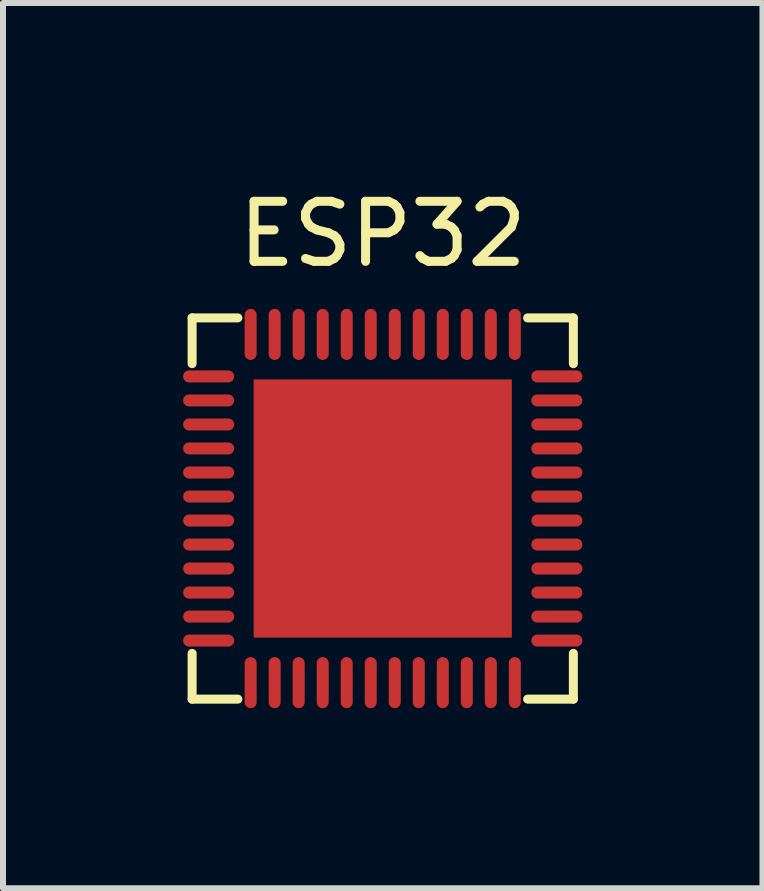
<source format=kicad_pcb>
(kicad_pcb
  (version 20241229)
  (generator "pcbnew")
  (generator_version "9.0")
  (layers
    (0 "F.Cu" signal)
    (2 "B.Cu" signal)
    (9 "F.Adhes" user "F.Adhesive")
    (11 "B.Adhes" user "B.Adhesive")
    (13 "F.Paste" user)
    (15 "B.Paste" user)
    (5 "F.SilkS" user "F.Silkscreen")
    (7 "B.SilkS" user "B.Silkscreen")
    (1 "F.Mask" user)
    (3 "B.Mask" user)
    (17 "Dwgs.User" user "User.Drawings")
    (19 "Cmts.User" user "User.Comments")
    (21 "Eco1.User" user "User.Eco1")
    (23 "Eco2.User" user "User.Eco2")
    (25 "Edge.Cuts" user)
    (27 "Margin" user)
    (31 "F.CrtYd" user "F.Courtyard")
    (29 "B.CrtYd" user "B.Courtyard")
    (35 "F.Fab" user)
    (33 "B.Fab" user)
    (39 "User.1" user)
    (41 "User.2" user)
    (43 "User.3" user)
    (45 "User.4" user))
  (footprint "ESP32"
    (layer "F.Cu")
    (at 3.325 5.42)
    (property "Reference" "ESP32" (at 0 -4.572 0) (layer "F.SilkS") (effects (font (size 1 1) (thickness 0.15))))
    (attr through_hole)
    (fp_line (start -3.175 -3.175) (end -3.175 -2.413) (stroke (width 0.15) (type solid)) (layer "F.SilkS"))
    (fp_line (start -3.175 2.413) (end -3.175 3.175) (stroke (width 0.15) (type solid)) (layer "F.SilkS"))
    (fp_line (start -3.175 3.175) (end -2.413 3.175) (stroke (width 0.15) (type solid)) (layer "F.SilkS"))
    (fp_line (start -2.413 -3.175) (end -3.175 -3.175) (stroke (width 0.15) (type solid)) (layer "F.SilkS"))
    (fp_line (start 2.413 -3.175) (end 3.175 -3.175) (stroke (width 0.15) (type solid)) (layer "F.SilkS"))
    (fp_line (start 3.175 -3.175) (end 3.175 -2.413) (stroke (width 0.15) (type solid)) (layer "F.SilkS"))
    (fp_line (start 3.175 2.413) (end 3.175 3.175) (stroke (width 0.15) (type solid)) (layer "F.SilkS"))
    (fp_line (start 3.175 3.175) (end 2.413 3.175) (stroke (width 0.15) (type solid)) (layer "F.SilkS"))
    (pad "1" smd oval (at -2.9 2.2) (size 0.85 0.2) (layers "F.Cu" "F.Mask" "F.Paste"))
    (pad "2" smd oval (at -2.9 1.8) (size 0.85 0.2) (layers "F.Cu" "F.Mask" "F.Paste"))
    (pad "3" smd oval (at -2.9 1.4) (size 0.85 0.2) (layers "F.Cu" "F.Mask" "F.Paste"))
    (pad "4" smd oval (at -2.9 1) (size 0.85 0.2) (layers "F.Cu" "F.Mask" "F.Paste"))
    (pad "5" smd oval (at -2.9 0.6) (size 0.85 0.2) (layers "F.Cu" "F.Mask" "F.Paste"))
    (pad "6" smd oval (at -2.9 0.2) (size 0.85 0.2) (layers "F.Cu" "F.Mask" "F.Paste"))
    (pad "7" smd oval (at -2.9 -0.2) (size 0.85 0.2) (layers "F.Cu" "F.Mask" "F.Paste"))
    (pad "8" smd oval (at -2.9 -0.6) (size 0.85 0.2) (layers "F.Cu" "F.Mask" "F.Paste"))
    (pad "9" smd oval (at -2.9 -1) (size 0.85 0.2) (layers "F.Cu" "F.Mask" "F.Paste"))
    (pad "10" smd oval (at -2.9 -1.4) (size 0.85 0.2) (layers "F.Cu" "F.Mask" "F.Paste"))
    (pad "11" smd oval (at -2.9 -1.8) (size 0.85 0.2) (layers "F.Cu" "F.Mask" "F.Paste"))
    (pad "12" smd oval (at -2.9 -2.2) (size 0.85 0.2) (layers "F.Cu" "F.Mask" "F.Paste"))
    (pad "13" smd oval (at -2.2 -2.9) (size 0.2 0.85) (layers "F.Cu" "F.Mask" "F.Paste"))
    (pad "14" smd oval (at -1.8 -2.9) (size 0.2 0.85) (layers "F.Cu" "F.Mask" "F.Paste"))
    (pad "15" smd oval (at -1.4 -2.9) (size 0.2 0.85) (layers "F.Cu" "F.Mask" "F.Paste"))
    (pad "16" smd oval (at -1 -2.9) (size 0.2 0.85) (layers "F.Cu" "F.Mask" "F.Paste"))
    (pad "17" smd oval (at -0.6 -2.9) (size 0.2 0.85) (layers "F.Cu" "F.Mask" "F.Paste"))
    (pad "18" smd oval (at -0.2 -2.9) (size 0.2 0.85) (layers "F.Cu" "F.Mask" "F.Paste"))
    (pad "19" smd oval (at 0.2 -2.9) (size 0.2 0.85) (layers "F.Cu" "F.Mask" "F.Paste"))
    (pad "20" smd oval (at 0.6 -2.9) (size 0.2 0.85) (layers "F.Cu" "F.Mask" "F.Paste"))
    (pad "21" smd oval (at 1 -2.9) (size 0.2 0.85) (layers "F.Cu" "F.Mask" "F.Paste"))
    (pad "22" smd oval (at 1.4 -2.9) (size 0.2 0.85) (layers "F.Cu" "F.Mask" "F.Paste"))
    (pad "23" smd oval (at 1.8 -2.9) (size 0.2 0.85) (layers "F.Cu" "F.Mask" "F.Paste"))
    (pad "24" smd oval (at 2.2 -2.9) (size 0.2 0.85) (layers "F.Cu" "F.Mask" "F.Paste"))
    (pad "25" smd oval (at 2.9 -2.2) (size 0.85 0.2) (layers "F.Cu" "F.Mask" "F.Paste"))
    (pad "26" smd oval (at 2.9 -1.8) (size 0.85 0.2) (layers "F.Cu" "F.Mask" "F.Paste"))
    (pad "27" smd oval (at 2.9 -1.4) (size 0.85 0.2) (layers "F.Cu" "F.Mask" "F.Paste"))
    (pad "28" smd oval (at 2.9 -1) (size 0.85 0.2) (layers "F.Cu" "F.Mask" "F.Paste"))
    (pad "29" smd oval (at 2.9 -0.6) (size 0.85 0.2) (layers "F.Cu" "F.Mask" "F.Paste"))
    (pad "30" smd oval (at 2.9 -0.2) (size 0.85 0.2) (layers "F.Cu" "F.Mask" "F.Paste"))
    (pad "31" smd oval (at 2.9 0.2) (size 0.85 0.2) (layers "F.Cu" "F.Mask" "F.Paste"))
    (pad "32" smd oval (at 2.9 0.6) (size 0.85 0.2) (layers "F.Cu" "F.Mask" "F.Paste"))
    (pad "33" smd oval (at 2.9 1) (size 0.85 0.2) (layers "F.Cu" "F.Mask" "F.Paste"))
    (pad "34" smd oval (at 2.9 1.4) (size 0.85 0.2) (layers "F.Cu" "F.Mask" "F.Paste"))
    (pad "35" smd oval (at 2.9 1.8) (size 0.85 0.2) (layers "F.Cu" "F.Mask" "F.Paste"))
    (pad "36" smd oval (at 2.9 2.2) (size 0.85 0.2) (layers "F.Cu" "F.Mask" "F.Paste"))
    (pad "37" smd oval (at 2.2 2.9) (size 0.2 0.85) (layers "F.Cu" "F.Mask" "F.Paste"))
    (pad "38" smd oval (at 1.8 2.9) (size 0.2 0.85) (layers "F.Cu" "F.Mask" "F.Paste"))
    (pad "39" smd oval (at 1.4 2.9) (size 0.2 0.85) (layers "F.Cu" "F.Mask" "F.Paste"))
    (pad "40" smd oval (at 1 2.9) (size 0.2 0.85) (layers "F.Cu" "F.Mask" "F.Paste"))
    (pad "41" smd oval (at 0.6 2.9) (size 0.2 0.85) (layers "F.Cu" "F.Mask" "F.Paste"))
    (pad "42" smd oval (at 0.2 2.9) (size 0.2 0.85) (layers "F.Cu" "F.Mask" "F.Paste"))
    (pad "43" smd oval (at -0.2 2.9) (size 0.2 0.85) (layers "F.Cu" "F.Mask" "F.Paste"))
    (pad "44" smd oval (at -0.6 2.9) (size 0.2 0.85) (layers "F.Cu" "F.Mask" "F.Paste"))
    (pad "45" smd oval (at -1 2.9) (size 0.2 0.85) (layers "F.Cu" "F.Mask" "F.Paste"))
    (pad "46" smd oval (at -1.4 2.9) (size 0.2 0.85) (layers "F.Cu" "F.Mask" "F.Paste"))
    (pad "47" smd oval (at -1.8 2.9) (size 0.2 0.85) (layers "F.Cu" "F.Mask" "F.Paste"))
    (pad "48" smd oval (at -2.2 2.9) (size 0.2 0.85) (layers "F.Cu" "F.Mask" "F.Paste"))
    (pad "49" smd rect (at 0 0) (size 4.3 4.3) (layers "F.Cu" "F.Mask" "F.Paste")))
  (gr_rect
    (start -3 -3)
    (end 9.65 11.745)
    (stroke (width 0.1) (type default))
    (fill no)
    (layer "Edge.Cuts")))
</source>
